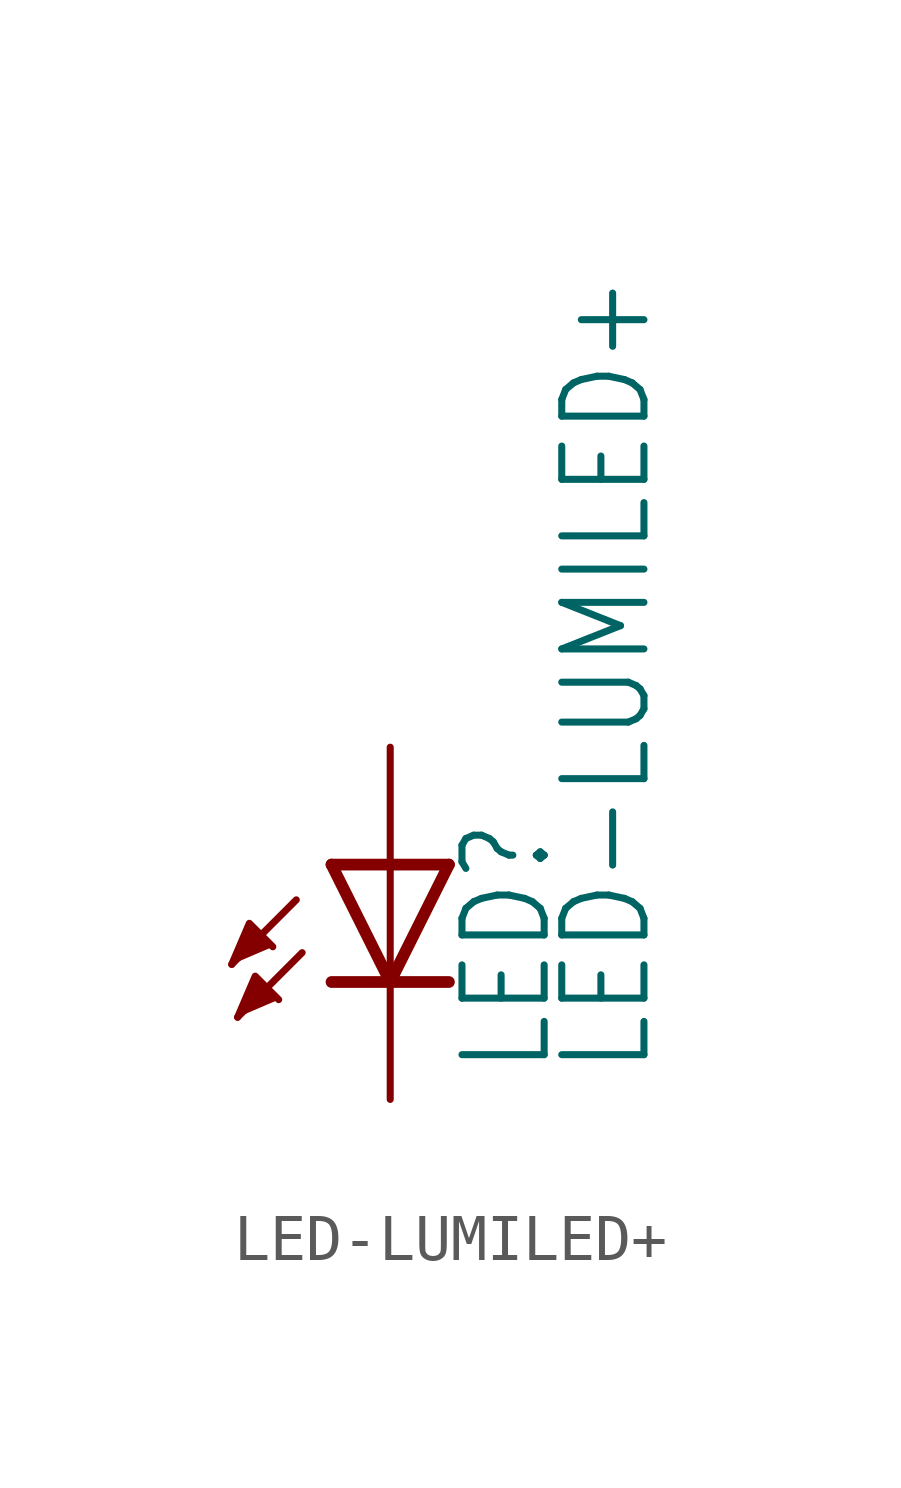
<source format=kicad_sym>
(kicad_symbol_lib
  (version 20220331)
  (generator kicad_symbol_editor)
  (symbol "LED-LUMILED+"
    (property "Reference" "LED"
      (at 3.556 -4.572 90)
      (effects (font (size 1.778 1.511)) (justify left bottom)))
    (property "Value" "LED-LUMILED+"
      (at 5.715 -4.572 90)
      (effects (font (size 1.778 1.511)) (justify left bottom)))
    (property "ki_locked" ""
      (at 0 0 0)
      (effects (font (size 1.27 1.27))))
    (symbol "LED-LUMILED+_1_0"
      (polyline (pts (xy -2.032 -0.762) (xy -3.429 -2.159)) (stroke (width 0.152) (type solid)) (fill (type none)))
      (polyline (pts (xy -1.905 -1.905) (xy -3.302 -3.302)) (stroke (width 0.152) (type solid)) (fill (type none)))
      (polyline (pts (xy 0 -2.54) (xy -1.27 -2.54)) (stroke (width 0.254) (type solid)) (fill (type none)))
      (polyline (pts (xy 0 -2.54) (xy -1.27 0)) (stroke (width 0.254) (type solid)) (fill (type none)))
      (polyline (pts (xy 0 0) (xy -1.27 0)) (stroke (width 0.254) (type solid)) (fill (type none)))
      (polyline (pts (xy 0 0) (xy 0 -2.54)) (stroke (width 0.152) (type solid)) (fill (type none)))
      (polyline (pts (xy 1.27 -2.54) (xy 0 -2.54)) (stroke (width 0.254) (type solid)) (fill (type none)))
      (polyline (pts (xy 1.27 0) (xy 0 -2.54)) (stroke (width 0.254) (type solid)) (fill (type none)))
      (polyline (pts (xy 1.27 0) (xy 0 0)) (stroke (width 0.254) (type solid)) (fill (type none)))
      (polyline (pts (xy -3.429 -2.159) (xy -3.048 -1.27) (xy -2.54 -1.778)) (stroke (width 0) (type default)) (fill (type outline)))
      (polyline (pts (xy -3.302 -3.302) (xy -2.921 -2.413) (xy -2.413 -2.921)) (stroke (width 0) (type default)) (fill (type outline)))
      (pin passive line (at 0 2.54 270) (length 2.54) (name "A" (effects (font (size 0 0)))) (number "2+" (effects (font (size 0 0)))))
      (pin passive line (at 0 -5.08 90) (length 2.54) (name "C" (effects (font (size 0 0)))) (number "4-" (effects (font (size 0 0))))))))
</source>
